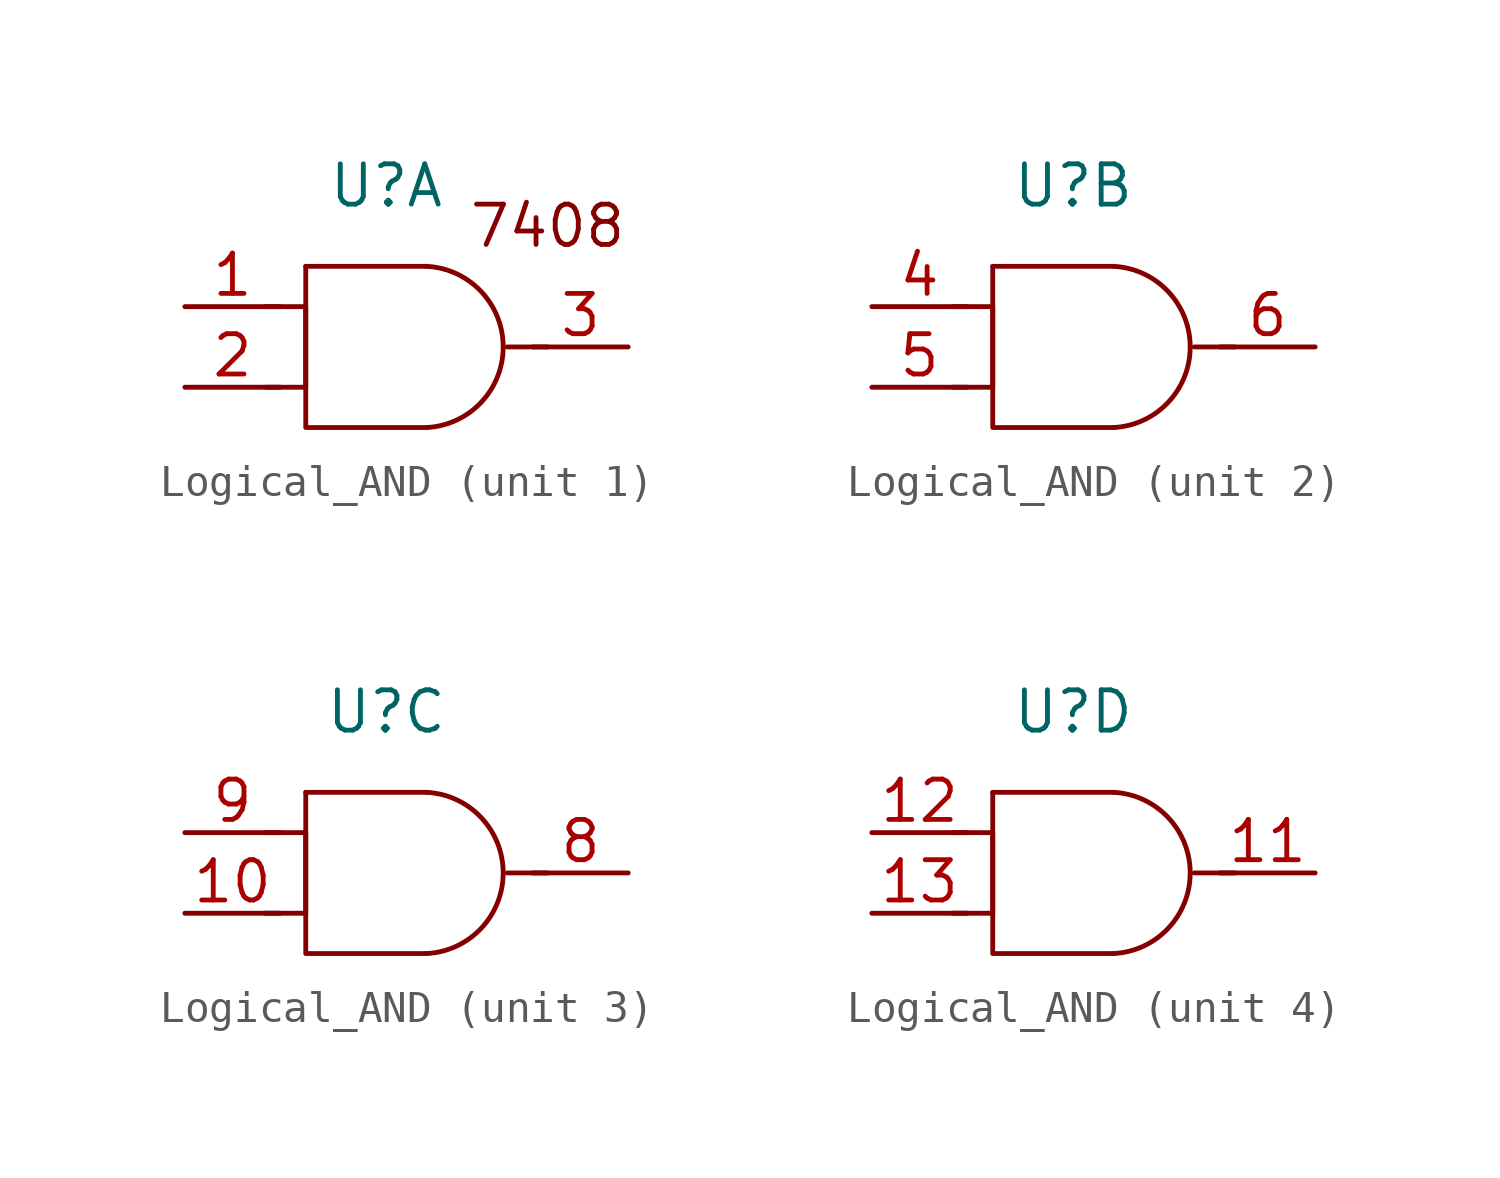
<source format=kicad_sym>
(kicad_symbol_lib
  (version 20231120)
  (generator "kicad_symbol_editor")
  (generator_version "8.0")
  (symbol "Logical_AND"
    (pin_names hide)
    (property "Reference" "U"
      (at 1.27 0 0)
      (effects (font (size 1.27 1.27))))
    (symbol "Logical_AND_0_1"
      (polyline (pts (xy -1.27 -2.54) (xy 2.54 -2.54)) (stroke (width 0) (type default)) (fill (type none)))
      (polyline (pts (xy 6.35 -5.08) (xy 5.08 -5.08)) (stroke (width 0) (type default)) (fill (type none)))
      (polyline (pts (xy -1.27 -2.54) (xy -1.27 -7.62) (xy 2.54 -7.62)) (stroke (width 0) (type default)) (fill (type none)))
      (polyline (pts (xy -2.54 -3.81) (xy -1.27 -3.81) (xy -1.27 -6.35) (xy -2.54 -6.35)) (stroke (width 0) (type default)) (fill (type none)))
      (arc (start 2.54 -7.62) (mid 4.9519 -5.08) (end 2.54 -2.54) (stroke (width 0) (type default)) (fill (type none))))
    (symbol "Logical_AND_1_0"
      (text "7408" (at 6.35 -1.27 0) (effects (font (size 1.27 1.27)))))
    (symbol "Logical_AND_1_1"
      (pin input line (at -5.08 -3.81 0) (length 3) (name "A" (effects (font (size 1.27 1.27)))) (number "1" (effects (font (size 1.27 1.27)))))
      (pin output line (at -5.08 -6.35 0) (length 3) (name "B" (effects (font (size 1.27 1.27)))) (number "2" (effects (font (size 1.27 1.27)))))
      (pin output line (at 8.89 -5.08 180) (length 3) (name "Y" (effects (font (size 1.27 1.27)))) (number "3" (effects (font (size 1.27 1.27))))))
    (symbol "Logical_AND_2_1"
      (pin input line (at -5.08 -3.81 0) (length 3) (name "A" (effects (font (size 1.27 1.27)))) (number "4" (effects (font (size 1.27 1.27)))))
      (pin output line (at -5.08 -6.35 0) (length 3) (name "B" (effects (font (size 1.27 1.27)))) (number "5" (effects (font (size 1.27 1.27)))))
      (pin output line (at 8.89 -5.08 180) (length 3) (name "Y" (effects (font (size 1.27 1.27)))) (number "6" (effects (font (size 1.27 1.27))))))
    (symbol "Logical_AND_3_1"
      (pin input line (at -5.08 -6.35 0) (length 3) (name "B" (effects (font (size 1.27 1.27)))) (number "10" (effects (font (size 1.27 1.27)))))
      (pin output line (at 8.89 -5.08 180) (length 3) (name "Y" (effects (font (size 1.27 1.27)))) (number "8" (effects (font (size 1.27 1.27)))))
      (pin input line (at -5.08 -3.81 0) (length 3) (name "A" (effects (font (size 1.27 1.27)))) (number "9" (effects (font (size 1.27 1.27))))))
    (symbol "Logical_AND_4_1"
      (pin output line (at 8.89 -5.08 180) (length 3) (name "Y" (effects (font (size 1.27 1.27)))) (number "11" (effects (font (size 1.27 1.27)))))
      (pin input line (at -5.08 -3.81 0) (length 3) (name "A" (effects (font (size 1.27 1.27)))) (number "12" (effects (font (size 1.27 1.27)))))
      (pin output line (at -5.08 -6.35 0) (length 3) (name "B" (effects (font (size 1.27 1.27)))) (number "13" (effects (font (size 1.27 1.27))))))))
</source>
